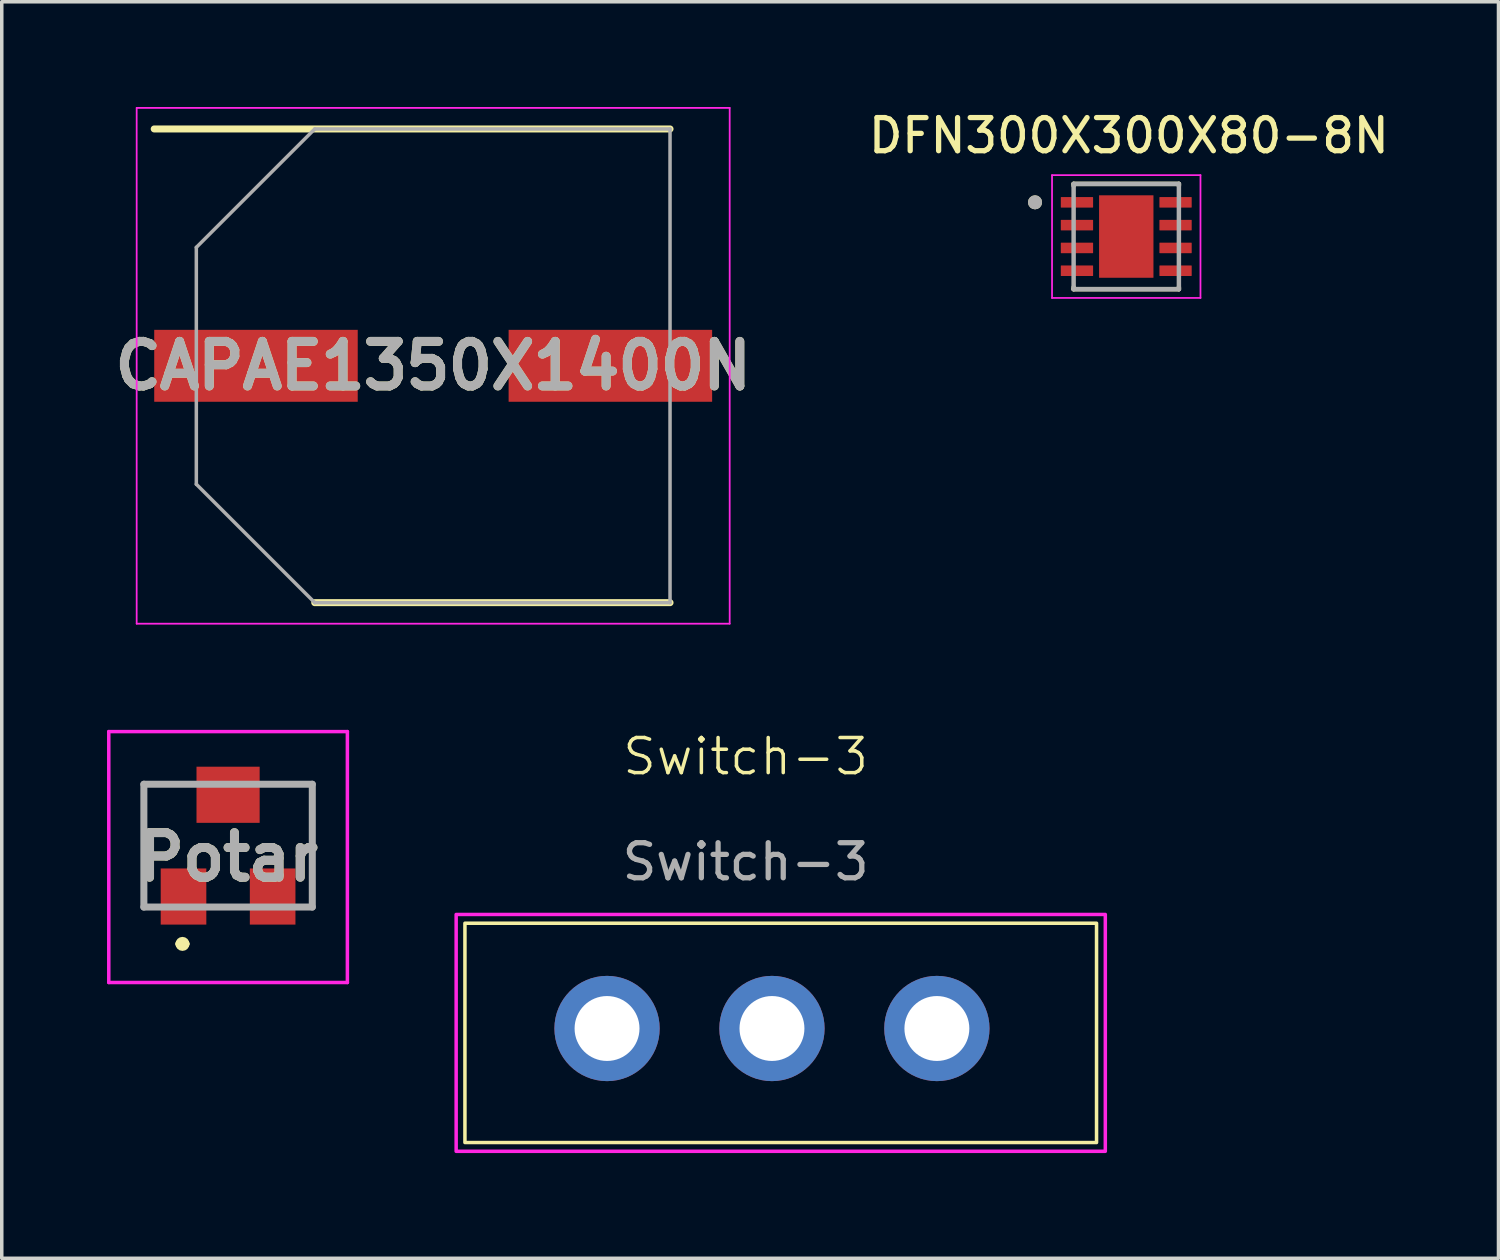
<source format=kicad_pcb>
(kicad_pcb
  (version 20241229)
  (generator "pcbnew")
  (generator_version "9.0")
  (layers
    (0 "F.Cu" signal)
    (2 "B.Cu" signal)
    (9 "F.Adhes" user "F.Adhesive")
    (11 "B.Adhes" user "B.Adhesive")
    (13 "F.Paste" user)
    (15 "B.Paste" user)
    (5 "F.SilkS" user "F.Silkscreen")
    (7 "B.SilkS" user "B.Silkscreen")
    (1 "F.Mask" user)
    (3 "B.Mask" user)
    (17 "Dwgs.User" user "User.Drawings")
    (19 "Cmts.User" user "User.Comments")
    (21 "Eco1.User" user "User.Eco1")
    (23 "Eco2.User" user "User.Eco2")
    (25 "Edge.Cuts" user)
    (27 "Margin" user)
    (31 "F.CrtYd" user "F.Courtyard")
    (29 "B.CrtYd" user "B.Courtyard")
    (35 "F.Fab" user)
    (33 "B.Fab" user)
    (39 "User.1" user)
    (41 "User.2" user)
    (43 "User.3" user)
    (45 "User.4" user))
  (footprint "CAPAE1350X1400N"
    (layer "F.Cu")
    (at 9.295 7.375)
    (property "Reference" "CAPAE1350X1400N" (at 0 0 0) (layer "F.SilkS") (effects (font (size 1.27 1.27) (thickness 0.254))))
    (attr smd)
    (fp_line (start -7.95 -6.75) (end 6.75 -6.75) (stroke (width 0.2) (type solid)) (layer "F.SilkS"))
    (fp_line (start -3.375 6.75) (end 6.75 6.75) (stroke (width 0.2) (type solid)) (layer "F.SilkS"))
    (fp_line (start -8.45 -7.35) (end 8.45 -7.35) (stroke (width 0.05) (type solid)) (layer "F.CrtYd"))
    (fp_line (start -8.45 7.35) (end -8.45 -7.35) (stroke (width 0.05) (type solid)) (layer "F.CrtYd"))
    (fp_line (start 8.45 -7.35) (end 8.45 7.35) (stroke (width 0.05) (type solid)) (layer "F.CrtYd"))
    (fp_line (start 8.45 7.35) (end -8.45 7.35) (stroke (width 0.05) (type solid)) (layer "F.CrtYd"))
    (fp_line (start -6.75 -3.375) (end -6.75 3.375) (stroke (width 0.1) (type solid)) (layer "F.Fab"))
    (fp_line (start -6.75 3.375) (end -3.375 6.75) (stroke (width 0.1) (type solid)) (layer "F.Fab"))
    (fp_line (start -3.375 -6.75) (end -6.75 -3.375) (stroke (width 0.1) (type solid)) (layer "F.Fab"))
    (fp_line (start -3.375 6.75) (end 6.75 6.75) (stroke (width 0.1) (type solid)) (layer "F.Fab"))
    (fp_line (start 6.75 -6.75) (end -3.375 -6.75) (stroke (width 0.1) (type solid)) (layer "F.Fab"))
    (fp_line (start 6.75 6.75) (end 6.75 -6.75) (stroke (width 0.1) (type solid)) (layer "F.Fab"))
    (fp_text user "${REFERENCE}" (at 0 0 0) (layer "F.Fab") (effects (font (size 1.27 1.27) (thickness 0.254))))
    (pad "1" smd rect (at -5.05 0 90) (size 2.05 5.8) (layers "F.Cu" "F.Mask" "F.Paste"))
    (pad "2" smd rect (at 5.05 0 90) (size 2.05 5.8) (layers "F.Cu" "F.Mask" "F.Paste")))
  (footprint "Potar"
    (layer "F.Cu")
    (at 3.45 21.05)
    (property "Reference" "Potar" (at 0 0.325 0) (layer "F.SilkS") (effects (font (size 1.27 1.27) (thickness 0.254))))
    (attr smd)
    (fp_line (start -2.4 -1.75) (end -2.4 1.75) (stroke (width 0.1) (type solid)) (layer "F.SilkS"))
    (fp_line (start -1.4 2.8) (end -1.4 2.8) (stroke (width 0.2) (type solid)) (layer "F.SilkS"))
    (fp_line (start -1.27 -1.75) (end -2.4 -1.75) (stroke (width 0.1) (type solid)) (layer "F.SilkS"))
    (fp_line (start -1.2 2.8) (end -1.2 2.8) (stroke (width 0.2) (type solid)) (layer "F.SilkS"))
    (fp_line (start 0.4 1.75) (end -0.4 1.75) (stroke (width 0.1) (type solid)) (layer "F.SilkS"))
    (fp_line (start 1.27 -1.75) (end 2.4 -1.75) (stroke (width 0.1) (type solid)) (layer "F.SilkS"))
    (fp_line (start 2.4 -1.75) (end 2.4 1.75) (stroke (width 0.1) (type solid)) (layer "F.SilkS"))
    (fp_arc (start -1.4 2.8) (mid -1.3 2.7) (end -1.2 2.8) (stroke (width 0.2) (type solid)) (layer "F.SilkS"))
    (fp_arc (start -1.2 2.8) (mid -1.3 2.9) (end -1.4 2.8) (stroke (width 0.2) (type solid)) (layer "F.SilkS"))
    (fp_line (start -3.4 -3.25) (end 3.4 -3.25) (stroke (width 0.1) (type solid)) (layer "F.CrtYd"))
    (fp_line (start -3.4 3.9) (end -3.4 -3.25) (stroke (width 0.1) (type solid)) (layer "F.CrtYd"))
    (fp_line (start 3.4 -3.25) (end 3.4 3.9) (stroke (width 0.1) (type solid)) (layer "F.CrtYd"))
    (fp_line (start 3.4 3.9) (end -3.4 3.9) (stroke (width 0.1) (type solid)) (layer "F.CrtYd"))
    (fp_line (start -2.4 -1.75) (end 2.4 -1.75) (stroke (width 0.2) (type solid)) (layer "F.Fab"))
    (fp_line (start -2.4 1.75) (end -2.4 -1.75) (stroke (width 0.2) (type solid)) (layer "F.Fab"))
    (fp_line (start 2.4 -1.75) (end 2.4 1.75) (stroke (width 0.2) (type solid)) (layer "F.Fab"))
    (fp_line (start 2.4 1.75) (end -2.4 1.75) (stroke (width 0.2) (type solid)) (layer "F.Fab"))
    (fp_text user "${REFERENCE}" (at 0 0.325 0) (layer "F.Fab") (effects (font (size 1.27 1.27) (thickness 0.254))))
    (pad "1" smd rect (at -1.27 1.45) (size 1.3 1.6) (layers "F.Cu" "F.Mask" "F.Paste"))
    (pad "2" smd rect (at 0 -1.45 90) (size 1.6 1.8) (layers "F.Cu" "F.Mask" "F.Paste"))
    (pad "3" smd rect (at 1.27 1.45) (size 1.3 1.6) (layers "F.Cu" "F.Mask" "F.Paste")))
  (footprint "DFN300X300X80-8N"
    (layer "F.Cu")
    (at 29.047 3.691)
    (property "Reference" "DFN300X300X80-8N" (at 0.075 -2.875 0) (layer "F.SilkS") (effects (font (size 0.945 0.945) (thickness 0.15))))
    (attr smd)
    (fp_line (start -1.5 -1.5) (end 1.5 -1.5) (stroke (width 0.127) (type solid)) (layer "F.SilkS"))
    (fp_line (start -1.5 -1.445) (end -1.5 -1.5) (stroke (width 0.127) (type solid)) (layer "F.SilkS"))
    (fp_line (start -1.5 1.5) (end -1.5 1.445) (stroke (width 0.127) (type solid)) (layer "F.SilkS"))
    (fp_line (start 1.5 -1.5) (end 1.5 -1.445) (stroke (width 0.127) (type solid)) (layer "F.SilkS"))
    (fp_line (start 1.5 1.445) (end 1.5 1.5) (stroke (width 0.127) (type solid)) (layer "F.SilkS"))
    (fp_line (start 1.5 1.5) (end -1.5 1.5) (stroke (width 0.127) (type solid)) (layer "F.SilkS"))
    (fp_circle (center -2.6 -0.975) (end -2.5 -0.975) (stroke (width 0.2) (type solid)) (fill no) (layer "F.SilkS"))
    (fp_poly (pts (xy -0.435 -0.955) (xy 0.435 -0.955) (xy 0.435 -0.115) (xy -0.435 -0.115)) (stroke (width 0.01) (type solid)) (fill yes) (layer "F.Paste"))
    (fp_poly (pts (xy -0.435 0.115) (xy 0.435 0.115) (xy 0.435 0.955) (xy -0.435 0.955)) (stroke (width 0.01) (type solid)) (fill yes) (layer "F.Paste"))
    (fp_line (start -2.115 -1.75) (end 2.115 -1.75) (stroke (width 0.05) (type solid)) (layer "F.CrtYd"))
    (fp_line (start -2.115 1.75) (end -2.115 -1.75) (stroke (width 0.05) (type solid)) (layer "F.CrtYd"))
    (fp_line (start 2.115 -1.75) (end 2.115 1.75) (stroke (width 0.05) (type solid)) (layer "F.CrtYd"))
    (fp_line (start 2.115 1.75) (end -2.115 1.75) (stroke (width 0.05) (type solid)) (layer "F.CrtYd"))
    (fp_line (start -1.5 -1.5) (end 1.5 -1.5) (stroke (width 0.127) (type solid)) (layer "F.Fab"))
    (fp_line (start -1.5 1.5) (end -1.5 -1.5) (stroke (width 0.127) (type solid)) (layer "F.Fab"))
    (fp_line (start 1.5 -1.5) (end 1.5 1.5) (stroke (width 0.127) (type solid)) (layer "F.Fab"))
    (fp_line (start 1.5 1.5) (end -1.5 1.5) (stroke (width 0.127) (type solid)) (layer "F.Fab"))
    (fp_circle (center -2.6 -0.975) (end -2.5 -0.975) (stroke (width 0.2) (type solid)) (fill no) (layer "F.Fab"))
    (pad "1" smd roundrect (at -1.405 -0.975) (size 0.92 0.3) (layers "F.Cu" "F.Mask" "F.Paste") (roundrect_rratio 0.04))
    (pad "2" smd roundrect (at -1.405 -0.325) (size 0.92 0.3) (layers "F.Cu" "F.Mask" "F.Paste") (roundrect_rratio 0.04))
    (pad "3" smd roundrect (at -1.405 0.325) (size 0.92 0.3) (layers "F.Cu" "F.Mask" "F.Paste") (roundrect_rratio 0.04))
    (pad "4" smd roundrect (at -1.405 0.975) (size 0.92 0.3) (layers "F.Cu" "F.Mask" "F.Paste") (roundrect_rratio 0.04))
    (pad "5" smd roundrect (at 1.405 0.975) (size 0.92 0.3) (layers "F.Cu" "F.Mask" "F.Paste") (roundrect_rratio 0.04))
    (pad "6" smd roundrect (at 1.405 0.325) (size 0.92 0.3) (layers "F.Cu" "F.Mask" "F.Paste") (roundrect_rratio 0.04))
    (pad "7" smd roundrect (at 1.405 -0.325) (size 0.92 0.3) (layers "F.Cu" "F.Mask" "F.Paste") (roundrect_rratio 0.04))
    (pad "8" smd roundrect (at 1.405 -0.975) (size 0.92 0.3) (layers "F.Cu" "F.Mask" "F.Paste") (roundrect_rratio 0.04))
    (pad "9" smd rect (at 0 0) (size 1.55 2.35) (layers "F.Cu" "F.Mask")))
  (footprint "Switch-3"
    (layer "F.Cu")
    (at 18.95 26.261)
    (property "Reference" "Switch-3" (at -0.75 -7.75 0) (unlocked yes) (layer "F.SilkS") (effects (font (size 1 1) (thickness 0.1))))
    (attr through_hole)
    (fp_rect (start -8.75 -3) (end 9.25 3.25) (stroke (width 0.1) (type default)) (fill no) (layer "F.SilkS"))
    (fp_rect (start -9 -3.25) (end 9.5 3.5) (stroke (width 0.1) (type default)) (fill no) (layer "F.CrtYd"))
    (fp_text user "${REFERENCE}" (at -0.75 -4.75 0) (unlocked yes) (layer "F.Fab") (effects (font (size 1 1) (thickness 0.15))))
    (pad "1" thru_hole circle (at 4.7 0) (size 3 3) (drill 1.85) (layers "*.Cu" "*.Mask"))
    (pad "2" thru_hole circle (at 0 0) (size 3 3) (drill 1.85) (layers "*.Cu" "*.Mask"))
    (pad "3" thru_hole circle (at -4.7 0) (size 3 3) (drill 1.85) (layers "*.Cu" "*.Mask")))
  (gr_rect
    (start -3 -3)
    (end 39.655 32.81)
    (stroke (width 0.1) (type default))
    (fill no)
    (layer "Edge.Cuts")))
</source>
